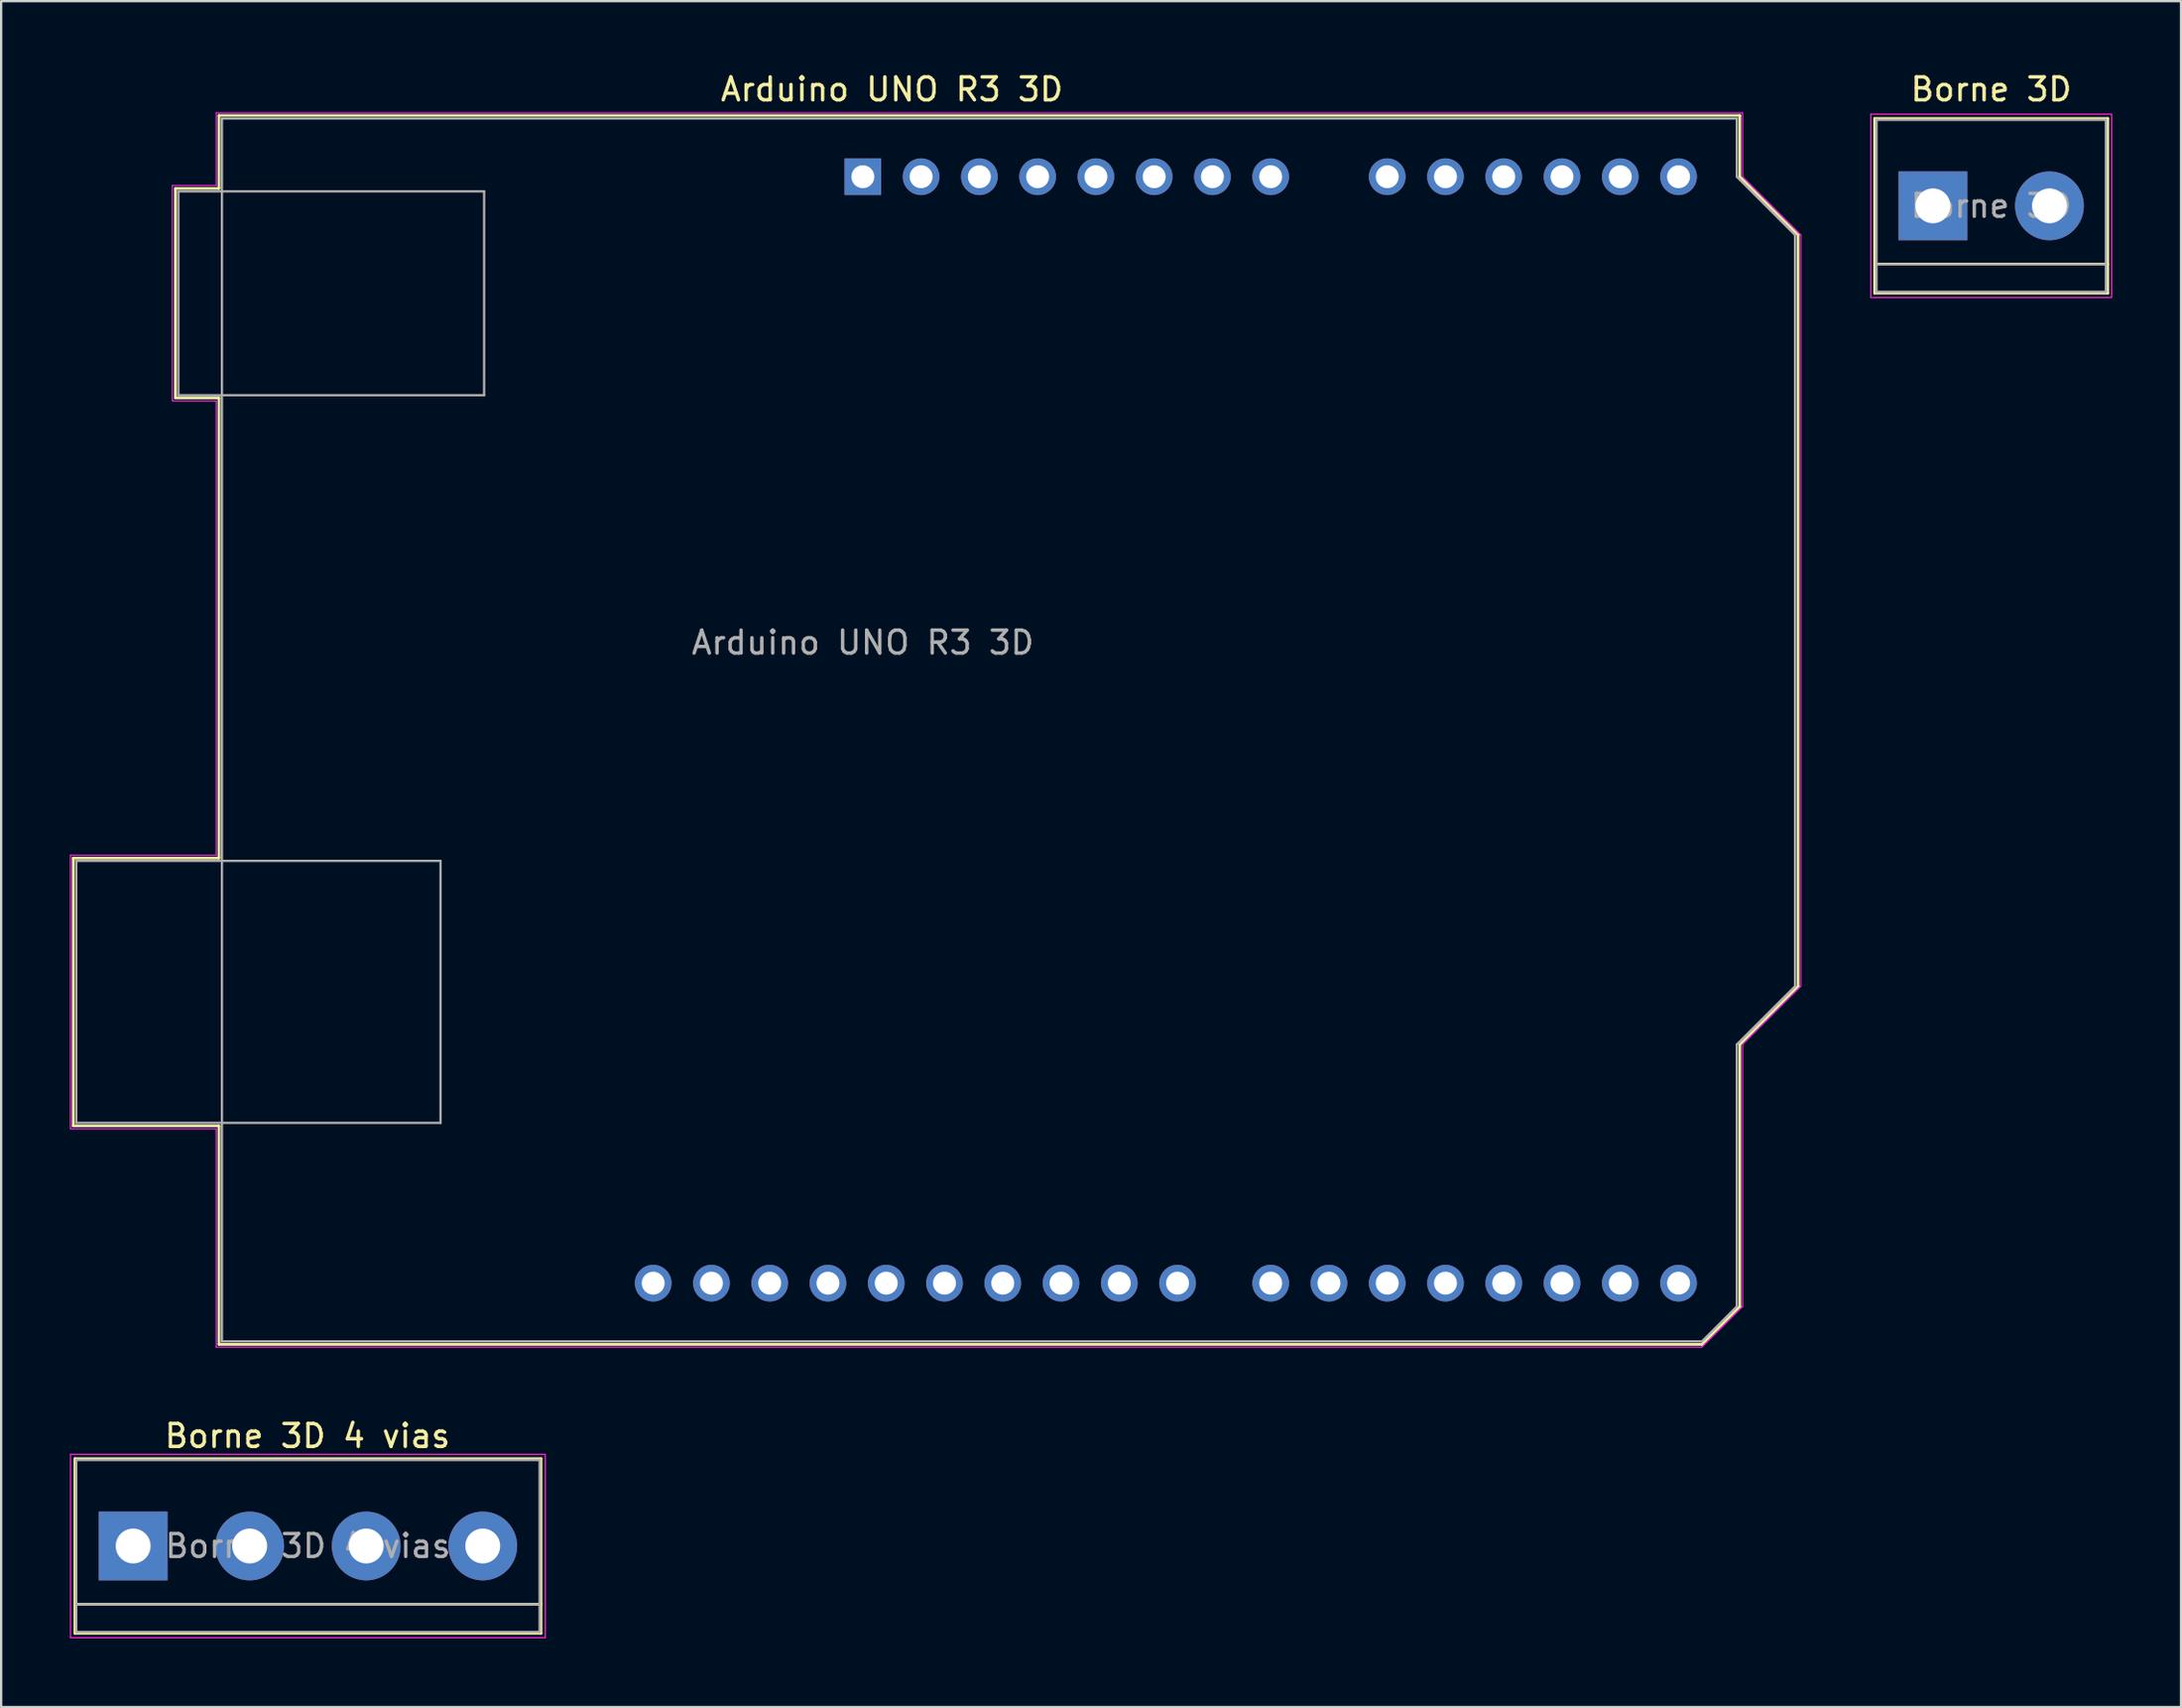
<source format=kicad_pcb>
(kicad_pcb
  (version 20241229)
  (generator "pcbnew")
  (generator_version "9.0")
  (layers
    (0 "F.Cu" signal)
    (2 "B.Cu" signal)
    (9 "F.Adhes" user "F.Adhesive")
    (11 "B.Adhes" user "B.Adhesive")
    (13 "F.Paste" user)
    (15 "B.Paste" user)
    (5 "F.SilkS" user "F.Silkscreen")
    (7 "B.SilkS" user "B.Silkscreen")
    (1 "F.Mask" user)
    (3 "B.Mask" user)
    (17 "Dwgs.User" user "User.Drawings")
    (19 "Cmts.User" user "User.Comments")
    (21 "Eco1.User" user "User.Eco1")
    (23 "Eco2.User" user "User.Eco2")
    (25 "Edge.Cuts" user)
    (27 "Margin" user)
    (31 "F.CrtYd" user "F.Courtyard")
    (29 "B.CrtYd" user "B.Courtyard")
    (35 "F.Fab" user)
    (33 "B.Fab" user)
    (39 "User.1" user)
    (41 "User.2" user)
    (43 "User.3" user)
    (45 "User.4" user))
  (footprint "Borne 3D"
    (layer "F.Cu")
    (at 81.215 5.928)
    (property "Reference" "Borne 3D" (at 2.54 -5.08 0) (layer "F.SilkS") (effects (font (size 1 1) (thickness 0.15))))
    (attr through_hole)
    (fp_line (start -2.54 -3.81) (end -2.54 3.81) (stroke (width 0.12) (type solid)) (layer "F.SilkS"))
    (fp_line (start -2.54 3.81) (end 7.62 3.81) (stroke (width 0.12) (type solid)) (layer "F.SilkS"))
    (fp_line (start 7.62 -3.81) (end -2.54 -3.81) (stroke (width 0.12) (type solid)) (layer "F.SilkS"))
    (fp_line (start 7.62 2.54) (end -2.54 2.54) (stroke (width 0.12) (type solid)) (layer "F.SilkS"))
    (fp_line (start 7.62 3.81) (end 7.62 -3.81) (stroke (width 0.12) (type solid)) (layer "F.SilkS"))
    (fp_line (start -2.71 -4) (end -2.71 4) (stroke (width 0.05) (type solid)) (layer "F.CrtYd"))
    (fp_line (start -2.71 -4) (end 7.79 -4) (stroke (width 0.05) (type solid)) (layer "F.CrtYd"))
    (fp_line (start 7.79 4) (end -2.71 4) (stroke (width 0.05) (type solid)) (layer "F.CrtYd"))
    (fp_line (start 7.79 4) (end 7.79 -4) (stroke (width 0.05) (type solid)) (layer "F.CrtYd"))
    (fp_line (start -2.46 -3.75) (end -2.46 3.75) (stroke (width 0.1) (type solid)) (layer "F.Fab"))
    (fp_line (start -2.46 3.75) (end 7.54 3.75) (stroke (width 0.1) (type solid)) (layer "F.Fab"))
    (fp_line (start -2.41 2.55) (end 7.49 2.55) (stroke (width 0.1) (type solid)) (layer "F.Fab"))
    (fp_line (start 7.54 -3.75) (end -2.46 -3.75) (stroke (width 0.1) (type solid)) (layer "F.Fab"))
    (fp_line (start 7.54 3.75) (end 7.54 -3.75) (stroke (width 0.1) (type solid)) (layer "F.Fab"))
    (fp_text user "${REFERENCE}" (at 2.54 0 0) (layer "F.Fab") (effects (font (size 1 1) (thickness 0.15))))
    (pad "1" thru_hole rect (at 0 0) (size 3 3) (drill 1.52) (layers "*.Cu" "*.Mask"))
    (pad "2" thru_hole circle (at 5.08 0) (size 3 3) (drill 1.52) (layers "*.Cu" "*.Mask")))
  (footprint "Arduino UNO R3 3D"
    (layer "F.Cu")
    (at 34.565 4.658)
    (property "Reference" "Arduino UNO R3 3D" (at 1.27 -3.81 180) (layer "F.SilkS") (effects (font (size 1 1) (thickness 0.15))))
    (attr through_hole)
    (fp_line (start -34.42 29.72) (end -34.42 41.4) (stroke (width 0.12) (type solid)) (layer "F.SilkS"))
    (fp_line (start -34.42 41.4) (end -28.07 41.4) (stroke (width 0.12) (type solid)) (layer "F.SilkS"))
    (fp_line (start -29.97 0.51) (end -29.97 9.65) (stroke (width 0.12) (type solid)) (layer "F.SilkS"))
    (fp_line (start -29.97 9.65) (end -28.07 9.65) (stroke (width 0.12) (type solid)) (layer "F.SilkS"))
    (fp_line (start -28.07 -2.67) (end -28.07 0.51) (stroke (width 0.12) (type solid)) (layer "F.SilkS"))
    (fp_line (start -28.07 0.51) (end -29.97 0.51) (stroke (width 0.12) (type solid)) (layer "F.SilkS"))
    (fp_line (start -28.07 9.65) (end -28.07 29.72) (stroke (width 0.12) (type solid)) (layer "F.SilkS"))
    (fp_line (start -28.07 29.72) (end -34.42 29.72) (stroke (width 0.12) (type solid)) (layer "F.SilkS"))
    (fp_line (start -28.07 41.4) (end -28.07 50.93) (stroke (width 0.12) (type solid)) (layer "F.SilkS"))
    (fp_line (start -28.07 50.93) (end 36.58 50.93) (stroke (width 0.12) (type solid)) (layer "F.SilkS"))
    (fp_line (start 36.58 50.93) (end 38.23 49.28) (stroke (width 0.12) (type solid)) (layer "F.SilkS"))
    (fp_line (start 38.23 -2.67) (end -28.07 -2.67) (stroke (width 0.12) (type solid)) (layer "F.SilkS"))
    (fp_line (start 38.23 0) (end 38.23 -2.67) (stroke (width 0.12) (type solid)) (layer "F.SilkS"))
    (fp_line (start 38.23 37.85) (end 40.77 35.31) (stroke (width 0.12) (type solid)) (layer "F.SilkS"))
    (fp_line (start 38.23 49.28) (end 38.23 37.85) (stroke (width 0.12) (type solid)) (layer "F.SilkS"))
    (fp_line (start 40.77 2.54) (end 38.23 0) (stroke (width 0.12) (type solid)) (layer "F.SilkS"))
    (fp_line (start 40.77 35.31) (end 40.77 2.54) (stroke (width 0.12) (type solid)) (layer "F.SilkS"))
    (fp_line (start -34.54 29.59) (end -28.19 29.59) (stroke (width 0.05) (type solid)) (layer "F.CrtYd"))
    (fp_line (start -34.54 41.53) (end -34.54 29.59) (stroke (width 0.05) (type solid)) (layer "F.CrtYd"))
    (fp_line (start -30.1 0.38) (end -28.19 0.38) (stroke (width 0.05) (type solid)) (layer "F.CrtYd"))
    (fp_line (start -30.1 9.78) (end -30.1 0.38) (stroke (width 0.05) (type solid)) (layer "F.CrtYd"))
    (fp_line (start -28.19 -2.79) (end 38.35 -2.79) (stroke (width 0.05) (type solid)) (layer "F.CrtYd"))
    (fp_line (start -28.19 0.38) (end -28.19 -2.79) (stroke (width 0.05) (type solid)) (layer "F.CrtYd"))
    (fp_line (start -28.19 9.78) (end -30.1 9.78) (stroke (width 0.05) (type solid)) (layer "F.CrtYd"))
    (fp_line (start -28.19 29.59) (end -28.19 9.78) (stroke (width 0.05) (type solid)) (layer "F.CrtYd"))
    (fp_line (start -28.19 41.53) (end -34.54 41.53) (stroke (width 0.05) (type solid)) (layer "F.CrtYd"))
    (fp_line (start -28.19 51.05) (end -28.19 41.53) (stroke (width 0.05) (type solid)) (layer "F.CrtYd"))
    (fp_line (start 36.58 51.05) (end -28.19 51.05) (stroke (width 0.05) (type solid)) (layer "F.CrtYd"))
    (fp_line (start 38.35 -2.79) (end 38.35 0) (stroke (width 0.05) (type solid)) (layer "F.CrtYd"))
    (fp_line (start 38.35 0) (end 40.89 2.54) (stroke (width 0.05) (type solid)) (layer "F.CrtYd"))
    (fp_line (start 38.35 37.85) (end 38.35 49.28) (stroke (width 0.05) (type solid)) (layer "F.CrtYd"))
    (fp_line (start 38.35 49.28) (end 36.58 51.05) (stroke (width 0.05) (type solid)) (layer "F.CrtYd"))
    (fp_line (start 40.89 2.54) (end 40.89 35.31) (stroke (width 0.05) (type solid)) (layer "F.CrtYd"))
    (fp_line (start 40.89 35.31) (end 38.35 37.85) (stroke (width 0.05) (type solid)) (layer "F.CrtYd"))
    (fp_line (start -34.29 29.84) (end -18.41 29.84) (stroke (width 0.1) (type solid)) (layer "F.Fab"))
    (fp_line (start -34.29 41.27) (end -34.29 29.84) (stroke (width 0.1) (type solid)) (layer "F.Fab"))
    (fp_line (start -29.84 0.64) (end -16.51 0.64) (stroke (width 0.1) (type solid)) (layer "F.Fab"))
    (fp_line (start -29.84 9.53) (end -29.84 0.64) (stroke (width 0.1) (type solid)) (layer "F.Fab"))
    (fp_line (start -27.94 -2.54) (end 38.1 -2.54) (stroke (width 0.1) (type solid)) (layer "F.Fab"))
    (fp_line (start -27.94 50.8) (end -27.94 -2.54) (stroke (width 0.1) (type solid)) (layer "F.Fab"))
    (fp_line (start -18.41 29.84) (end -18.41 41.27) (stroke (width 0.1) (type solid)) (layer "F.Fab"))
    (fp_line (start -18.41 41.27) (end -34.29 41.27) (stroke (width 0.1) (type solid)) (layer "F.Fab"))
    (fp_line (start -16.51 0.64) (end -16.51 9.53) (stroke (width 0.1) (type solid)) (layer "F.Fab"))
    (fp_line (start -16.51 9.53) (end -29.84 9.53) (stroke (width 0.1) (type solid)) (layer "F.Fab"))
    (fp_line (start 36.58 50.8) (end -27.94 50.8) (stroke (width 0.1) (type solid)) (layer "F.Fab"))
    (fp_line (start 38.1 -2.54) (end 38.1 0) (stroke (width 0.1) (type solid)) (layer "F.Fab"))
    (fp_line (start 38.1 0) (end 40.64 2.54) (stroke (width 0.1) (type solid)) (layer "F.Fab"))
    (fp_line (start 38.1 37.85) (end 38.1 49.28) (stroke (width 0.1) (type solid)) (layer "F.Fab"))
    (fp_line (start 38.1 49.28) (end 36.58 50.8) (stroke (width 0.1) (type solid)) (layer "F.Fab"))
    (fp_line (start 40.64 2.54) (end 40.64 35.31) (stroke (width 0.1) (type solid)) (layer "F.Fab"))
    (fp_line (start 40.64 35.31) (end 38.1 37.85) (stroke (width 0.1) (type solid)) (layer "F.Fab"))
    (fp_text user "${REFERENCE}" (at 0 20.32 180) (layer "F.Fab") (effects (font (size 1 1) (thickness 0.15))))
    (pad "1" thru_hole rect (at 0 0 90) (size 1.6 1.6) (drill 1) (layers "*.Cu" "*.Mask"))
    (pad "2" thru_hole oval (at 2.54 0 90) (size 1.6 1.6) (drill 1) (layers "*.Cu" "*.Mask"))
    (pad "3" thru_hole oval (at 5.08 0 90) (size 1.6 1.6) (drill 1) (layers "*.Cu" "*.Mask"))
    (pad "4" thru_hole oval (at 7.62 0 90) (size 1.6 1.6) (drill 1) (layers "*.Cu" "*.Mask"))
    (pad "5" thru_hole oval (at 10.16 0 90) (size 1.6 1.6) (drill 1) (layers "*.Cu" "*.Mask"))
    (pad "6" thru_hole oval (at 12.7 0 90) (size 1.6 1.6) (drill 1) (layers "*.Cu" "*.Mask"))
    (pad "7" thru_hole oval (at 15.24 0 90) (size 1.6 1.6) (drill 1) (layers "*.Cu" "*.Mask"))
    (pad "8" thru_hole oval (at 17.78 0 90) (size 1.6 1.6) (drill 1) (layers "*.Cu" "*.Mask"))
    (pad "9" thru_hole oval (at 22.86 0 90) (size 1.6 1.6) (drill 1) (layers "*.Cu" "*.Mask"))
    (pad "10" thru_hole oval (at 25.4 0 90) (size 1.6 1.6) (drill 1) (layers "*.Cu" "*.Mask"))
    (pad "11" thru_hole oval (at 27.94 0 90) (size 1.6 1.6) (drill 1) (layers "*.Cu" "*.Mask"))
    (pad "12" thru_hole oval (at 30.48 0 90) (size 1.6 1.6) (drill 1) (layers "*.Cu" "*.Mask"))
    (pad "13" thru_hole oval (at 33.02 0 90) (size 1.6 1.6) (drill 1) (layers "*.Cu" "*.Mask"))
    (pad "14" thru_hole oval (at 35.56 0 90) (size 1.6 1.6) (drill 1) (layers "*.Cu" "*.Mask"))
    (pad "15" thru_hole oval (at 35.56 48.26 90) (size 1.6 1.6) (drill 1) (layers "*.Cu" "*.Mask"))
    (pad "16" thru_hole oval (at 33.02 48.26 90) (size 1.6 1.6) (drill 1) (layers "*.Cu" "*.Mask"))
    (pad "17" thru_hole oval (at 30.48 48.26 90) (size 1.6 1.6) (drill 1) (layers "*.Cu" "*.Mask"))
    (pad "18" thru_hole oval (at 27.94 48.26 90) (size 1.6 1.6) (drill 1) (layers "*.Cu" "*.Mask"))
    (pad "19" thru_hole oval (at 25.4 48.26 90) (size 1.6 1.6) (drill 1) (layers "*.Cu" "*.Mask"))
    (pad "20" thru_hole oval (at 22.86 48.26 90) (size 1.6 1.6) (drill 1) (layers "*.Cu" "*.Mask"))
    (pad "21" thru_hole oval (at 20.32 48.26 90) (size 1.6 1.6) (drill 1) (layers "*.Cu" "*.Mask"))
    (pad "22" thru_hole oval (at 17.78 48.26 90) (size 1.6 1.6) (drill 1) (layers "*.Cu" "*.Mask"))
    (pad "23" thru_hole oval (at 13.72 48.26 90) (size 1.6 1.6) (drill 1) (layers "*.Cu" "*.Mask"))
    (pad "24" thru_hole oval (at 11.18 48.26 90) (size 1.6 1.6) (drill 1) (layers "*.Cu" "*.Mask"))
    (pad "25" thru_hole oval (at 8.64 48.26 90) (size 1.6 1.6) (drill 1) (layers "*.Cu" "*.Mask"))
    (pad "26" thru_hole oval (at 6.1 48.26 90) (size 1.6 1.6) (drill 1) (layers "*.Cu" "*.Mask"))
    (pad "27" thru_hole oval (at 3.56 48.26 90) (size 1.6 1.6) (drill 1) (layers "*.Cu" "*.Mask"))
    (pad "28" thru_hole oval (at 1.02 48.26 90) (size 1.6 1.6) (drill 1) (layers "*.Cu" "*.Mask"))
    (pad "29" thru_hole oval (at -1.52 48.26 90) (size 1.6 1.6) (drill 1) (layers "*.Cu" "*.Mask"))
    (pad "30" thru_hole oval (at -4.06 48.26 90) (size 1.6 1.6) (drill 1) (layers "*.Cu" "*.Mask"))
    (pad "31" thru_hole oval (at -6.6 48.26 90) (size 1.6 1.6) (drill 1) (layers "*.Cu" "*.Mask"))
    (pad "32" thru_hole oval (at -9.14 48.26 90) (size 1.6 1.6) (drill 1) (layers "*.Cu" "*.Mask")))
  (footprint "Borne 3D 4 vias"
    (layer "F.Cu")
    (at 2.755 64.382)
    (property "Reference" "Borne 3D 4 vias" (at 7.6 -4.8 0) (layer "F.SilkS") (effects (font (size 1 1) (thickness 0.15))))
    (attr through_hole)
    (fp_line (start -2.54 -3.81) (end -2.54 3.81) (stroke (width 0.12) (type solid)) (layer "F.SilkS"))
    (fp_line (start -2.54 -3.81) (end 17.78 -3.81) (stroke (width 0.12) (type solid)) (layer "F.SilkS"))
    (fp_line (start -2.54 3.81) (end 17.78 3.81) (stroke (width 0.12) (type solid)) (layer "F.SilkS"))
    (fp_line (start 17.78 2.54) (end -2.54 2.54) (stroke (width 0.12) (type solid)) (layer "F.SilkS"))
    (fp_line (start 17.78 3.81) (end 17.78 -3.81) (stroke (width 0.12) (type solid)) (layer "F.SilkS"))
    (fp_line (start -2.73 -4) (end -2.73 4) (stroke (width 0.05) (type solid)) (layer "F.CrtYd"))
    (fp_line (start -2.73 -4) (end 17.97 -4) (stroke (width 0.05) (type solid)) (layer "F.CrtYd"))
    (fp_line (start 17.97 4) (end -2.73 4) (stroke (width 0.05) (type solid)) (layer "F.CrtYd"))
    (fp_line (start 17.97 4) (end 17.97 -4) (stroke (width 0.05) (type solid)) (layer "F.CrtYd"))
    (fp_line (start -2.48 -3.75) (end 17.72 -3.75) (stroke (width 0.1) (type solid)) (layer "F.Fab"))
    (fp_line (start -2.48 2.55) (end 17.72 2.55) (stroke (width 0.1) (type solid)) (layer "F.Fab"))
    (fp_line (start -2.48 3.75) (end -2.48 -3.75) (stroke (width 0.1) (type solid)) (layer "F.Fab"))
    (fp_line (start -2.43 3.75) (end -2.48 3.75) (stroke (width 0.1) (type solid)) (layer "F.Fab"))
    (fp_line (start 17.72 -3.75) (end 17.72 3.75) (stroke (width 0.1) (type solid)) (layer "F.Fab"))
    (fp_line (start 17.72 3.75) (end -2.43 3.75) (stroke (width 0.1) (type solid)) (layer "F.Fab"))
    (fp_text user "${REFERENCE}" (at 7.62 0 0) (layer "F.Fab") (effects (font (size 1 1) (thickness 0.15))))
    (pad "1" thru_hole rect (at 0 0) (size 3 3) (drill 1.52) (layers "*.Cu" "*.Mask"))
    (pad "2" thru_hole circle (at 5.08 0) (size 3 3) (drill 1.52) (layers "*.Cu" "*.Mask"))
    (pad "3" thru_hole circle (at 10.16 0) (size 3 3) (drill 1.52) (layers "*.Cu" "*.Mask"))
    (pad "4" thru_hole circle (at 15.24 0) (size 3 3) (drill 1.52) (layers "*.Cu" "*.Mask")))
  (gr_rect
    (start -3 -3)
    (end 92.03 71.406)
    (stroke (width 0.1) (type default))
    (fill no)
    (layer "Edge.Cuts")))
</source>
